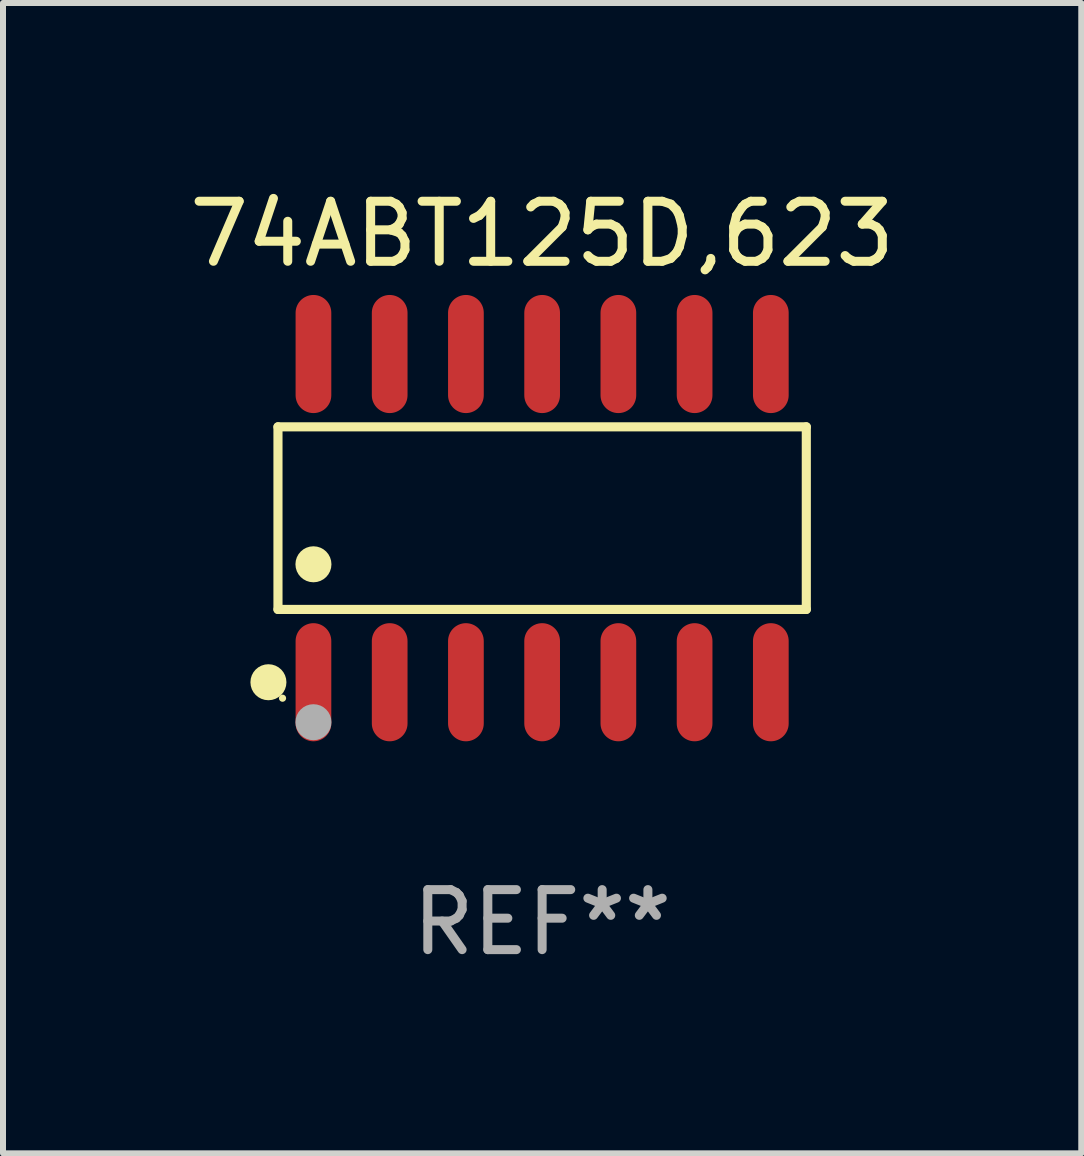
<source format=kicad_pcb>
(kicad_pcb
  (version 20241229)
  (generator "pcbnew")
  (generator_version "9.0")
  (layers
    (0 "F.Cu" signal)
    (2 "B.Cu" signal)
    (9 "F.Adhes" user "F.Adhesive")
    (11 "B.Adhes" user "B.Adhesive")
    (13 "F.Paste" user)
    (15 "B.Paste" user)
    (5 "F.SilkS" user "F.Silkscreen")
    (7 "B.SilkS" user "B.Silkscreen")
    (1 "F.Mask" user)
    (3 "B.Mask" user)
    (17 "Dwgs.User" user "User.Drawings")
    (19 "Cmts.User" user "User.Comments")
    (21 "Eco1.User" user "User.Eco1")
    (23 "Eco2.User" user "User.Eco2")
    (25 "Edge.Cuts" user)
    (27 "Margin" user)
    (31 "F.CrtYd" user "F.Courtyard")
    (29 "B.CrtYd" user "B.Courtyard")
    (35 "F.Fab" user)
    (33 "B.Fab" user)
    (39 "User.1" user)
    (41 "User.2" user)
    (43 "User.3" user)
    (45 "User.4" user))
  (footprint "74ABT125D,623"
    (layer "F.Cu")
    (at 5.982 5.582)
    (property "Reference" "74ABT125D,623" (at 0 -4.734 0) (layer "F.SilkS") (effects (font (size 1 1) (thickness 0.15))))
    (attr through_hole)
    (fp_line (start -4.401 -1.521) (end 4.401 -1.521) (stroke (width 0.152) (type solid)) (layer "F.SilkS"))
    (fp_line (start -4.401 1.521) (end -4.401 -1.521) (stroke (width 0.152) (type solid)) (layer "F.SilkS"))
    (fp_line (start 4.401 -1.521) (end 4.401 1.521) (stroke (width 0.152) (type solid)) (layer "F.SilkS"))
    (fp_line (start 4.401 1.521) (end -4.401 1.521) (stroke (width 0.152) (type solid)) (layer "F.SilkS"))
    (fp_circle (center -4.56 2.734) (end -4.41 2.734) (stroke (width 0.3) (type solid)) (fill no) (layer "F.SilkS"))
    (fp_circle (center -4.325 3) (end -4.295 3) (stroke (width 0.06) (type solid)) (fill no) (layer "F.SilkS"))
    (fp_circle (center -3.81 0.769) (end -3.66 0.769) (stroke (width 0.3) (type solid)) (fill no) (layer "F.SilkS"))
    (fp_circle (center -3.81 3.4) (end -3.66 3.4) (stroke (width 0.3) (type solid)) (fill no) (layer "F.Fab"))
    (fp_text user "REF**" (at 0 6.734 0) (layer "F.Fab") (effects (font (size 1 1) (thickness 0.15))))
    (pad "1" smd oval (at -3.81 2.734) (size 0.595 1.968) (layers "F.Cu" "F.Mask" "F.Paste"))
    (pad "2" smd oval (at -2.54 2.734) (size 0.595 1.968) (layers "F.Cu" "F.Mask" "F.Paste"))
    (pad "3" smd oval (at -1.27 2.734) (size 0.595 1.968) (layers "F.Cu" "F.Mask" "F.Paste"))
    (pad "4" smd oval (at 0 2.734) (size 0.595 1.968) (layers "F.Cu" "F.Mask" "F.Paste"))
    (pad "5" smd oval (at 1.27 2.734) (size 0.595 1.968) (layers "F.Cu" "F.Mask" "F.Paste"))
    (pad "6" smd oval (at 2.54 2.734) (size 0.595 1.968) (layers "F.Cu" "F.Mask" "F.Paste"))
    (pad "7" smd oval (at 3.81 2.734) (size 0.595 1.968) (layers "F.Cu" "F.Mask" "F.Paste"))
    (pad "8" smd oval (at 3.81 -2.734) (size 0.595 1.968) (layers "F.Cu" "F.Mask" "F.Paste"))
    (pad "9" smd oval (at 2.54 -2.734) (size 0.595 1.968) (layers "F.Cu" "F.Mask" "F.Paste"))
    (pad "10" smd oval (at 1.27 -2.734) (size 0.595 1.968) (layers "F.Cu" "F.Mask" "F.Paste"))
    (pad "11" smd oval (at 0 -2.734) (size 0.595 1.968) (layers "F.Cu" "F.Mask" "F.Paste"))
    (pad "12" smd oval (at -1.27 -2.734) (size 0.595 1.968) (layers "F.Cu" "F.Mask" "F.Paste"))
    (pad "13" smd oval (at -2.54 -2.734) (size 0.595 1.968) (layers "F.Cu" "F.Mask" "F.Paste"))
    (pad "14" smd oval (at -3.81 -2.734) (size 0.595 1.968) (layers "F.Cu" "F.Mask" "F.Paste")))
  (gr_rect
    (start -3 -3)
    (end 14.964 16.164)
    (stroke (width 0.1) (type default))
    (fill no)
    (layer "Edge.Cuts")))
</source>
